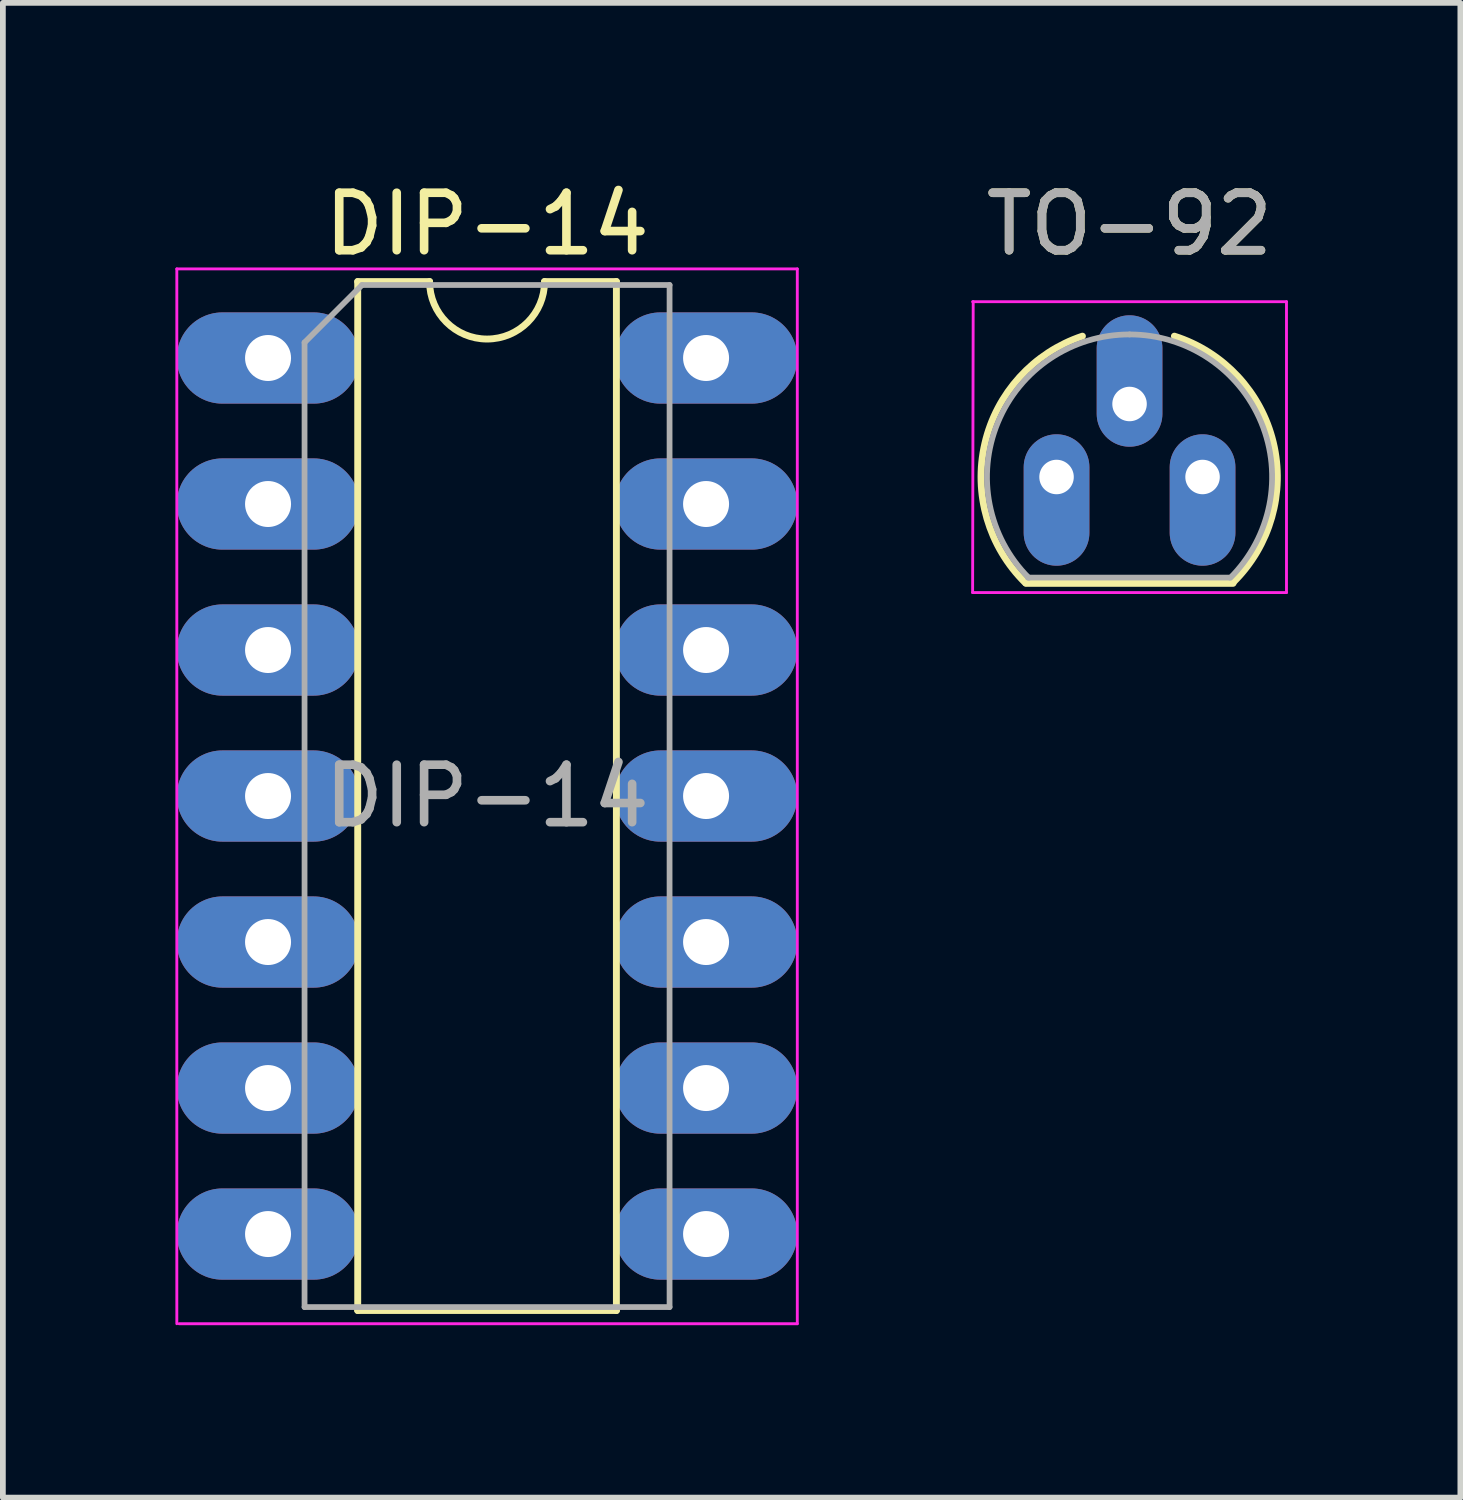
<source format=kicad_pcb>
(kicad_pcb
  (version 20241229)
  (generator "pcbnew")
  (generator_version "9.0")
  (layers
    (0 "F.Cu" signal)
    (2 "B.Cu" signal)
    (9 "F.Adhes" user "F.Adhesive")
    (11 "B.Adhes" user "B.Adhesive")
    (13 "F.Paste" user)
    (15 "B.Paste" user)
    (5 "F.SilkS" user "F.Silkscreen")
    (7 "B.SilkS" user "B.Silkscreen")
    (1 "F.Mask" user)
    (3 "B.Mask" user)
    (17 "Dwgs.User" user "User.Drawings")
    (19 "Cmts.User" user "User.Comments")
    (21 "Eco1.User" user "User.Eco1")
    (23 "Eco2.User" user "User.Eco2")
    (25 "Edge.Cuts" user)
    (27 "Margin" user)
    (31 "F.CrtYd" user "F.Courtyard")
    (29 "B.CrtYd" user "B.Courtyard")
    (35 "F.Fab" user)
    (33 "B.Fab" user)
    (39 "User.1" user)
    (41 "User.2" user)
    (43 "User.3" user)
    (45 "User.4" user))
  (footprint "TO-92"
    (layer "F.Cu")
    (at 15.33 5.248)
    (property "Reference" "TO-92" (at 1.27 -4.4 0) (layer "F.SilkS") (effects (font (size 1 1) (thickness 0.15))))
    (attr through_hole)
    (fp_line (start -0.53 1.85) (end 3.07 1.85) (stroke (width 0.12) (type solid)) (layer "F.SilkS"))
    (fp_arc (start -0.541875 1.841741) (mid -1.247231 -0.581764) (end 0.45 -2.45) (stroke (width 0.12) (type solid)) (layer "F.SilkS"))
    (fp_arc (start 2.05 -2.45) (mid 3.769931 -0.601036) (end 3.078445 1.827684) (stroke (width 0.12) (type solid)) (layer "F.SilkS"))
    (fp_line (start -1.46 -3.05) (end 4 -3.05) (stroke (width 0.05) (type solid)) (layer "F.CrtYd"))
    (fp_line (start -1.45 -3.05) (end -1.46 2.01) (stroke (width 0.05) (type solid)) (layer "F.CrtYd"))
    (fp_line (start 4 2.01) (end -1.46 2.01) (stroke (width 0.05) (type solid)) (layer "F.CrtYd"))
    (fp_line (start 4 2.01) (end 4 -3.05) (stroke (width 0.05) (type solid)) (layer "F.CrtYd"))
    (fp_line (start -0.5 1.75) (end 3 1.75) (stroke (width 0.1) (type solid)) (layer "F.Fab"))
    (fp_arc (start -0.483625 1.753625) (mid -1.021221 -0.949055) (end 1.27 -2.48) (stroke (width 0.1) (type solid)) (layer "F.Fab"))
    (fp_arc (start 1.27 -2.48) (mid 3.561221 -0.949055) (end 3.023625 1.753625) (stroke (width 0.1) (type solid)) (layer "F.Fab"))
    (fp_text user "${REFERENCE}" (at 1.27 -4.4 0) (layer "F.Fab") (effects (font (size 1 1) (thickness 0.15))))
    (pad "1" thru_hole oval (at 0 0) (size 1.143 2.286) (drill 0.6 (offset 0 0.4)) (layers "*.Cu" "*.Mask"))
    (pad "2" thru_hole oval (at 1.27 -1.27) (size 1.143 2.286) (drill 0.6 (offset 0 -0.4)) (layers "*.Cu" "*.Mask"))
    (pad "3" thru_hole oval (at 2.54 0) (size 1.143 2.286) (drill 0.6 (offset 0 0.4)) (layers "*.Cu" "*.Mask")))
  (footprint "DIP-14"
    (layer "F.Cu")
    (at 1.613 3.178)
    (property "Reference" "DIP-14" (at 3.81 -2.33 0) (layer "F.SilkS") (effects (font (size 1 1) (thickness 0.15))))
    (attr through_hole)
    (fp_line (start 1.56 -1.33) (end 1.56 16.57) (stroke (width 0.12) (type solid)) (layer "F.SilkS"))
    (fp_line (start 1.56 16.57) (end 6.06 16.57) (stroke (width 0.12) (type solid)) (layer "F.SilkS"))
    (fp_line (start 2.81 -1.33) (end 1.56 -1.33) (stroke (width 0.12) (type solid)) (layer "F.SilkS"))
    (fp_line (start 6.06 -1.33) (end 4.81 -1.33) (stroke (width 0.12) (type solid)) (layer "F.SilkS"))
    (fp_line (start 6.06 16.57) (end 6.06 -1.33) (stroke (width 0.12) (type solid)) (layer "F.SilkS"))
    (fp_arc (start 4.81 -1.33) (mid 3.81 -0.33) (end 2.81 -1.33) (stroke (width 0.12) (type solid)) (layer "F.SilkS"))
    (fp_line (start -1.587 -1.55) (end -1.587 16.8) (stroke (width 0.05) (type solid)) (layer "F.CrtYd"))
    (fp_line (start -1.55 16.8) (end 9.207 16.8) (stroke (width 0.05) (type solid)) (layer "F.CrtYd"))
    (fp_line (start 9.207 -1.55) (end -1.587 -1.55) (stroke (width 0.05) (type solid)) (layer "F.CrtYd"))
    (fp_line (start 9.207 16.8) (end 9.207 -1.55) (stroke (width 0.05) (type solid)) (layer "F.CrtYd"))
    (fp_line (start 0.635 -0.27) (end 1.635 -1.27) (stroke (width 0.1) (type solid)) (layer "F.Fab"))
    (fp_line (start 0.635 16.51) (end 0.635 -0.27) (stroke (width 0.1) (type solid)) (layer "F.Fab"))
    (fp_line (start 1.635 -1.27) (end 6.985 -1.27) (stroke (width 0.1) (type solid)) (layer "F.Fab"))
    (fp_line (start 6.985 -1.27) (end 6.985 16.51) (stroke (width 0.1) (type solid)) (layer "F.Fab"))
    (fp_line (start 6.985 16.51) (end 0.635 16.51) (stroke (width 0.1) (type solid)) (layer "F.Fab"))
    (fp_text user "${REFERENCE}" (at 3.81 7.62 0) (layer "F.Fab") (effects (font (size 1 1) (thickness 0.15))))
    (pad "1" thru_hole oval (at 0 0) (size 3.175 1.587) (drill 0.8) (layers "*.Cu" "*.Mask"))
    (pad "2" thru_hole oval (at 0 2.54) (size 3.175 1.587) (drill 0.8) (layers "*.Cu" "*.Mask"))
    (pad "3" thru_hole oval (at 0 5.08) (size 3.175 1.587) (drill 0.8) (layers "*.Cu" "*.Mask"))
    (pad "4" thru_hole oval (at 0 7.62) (size 3.175 1.587) (drill 0.8) (layers "*.Cu" "*.Mask"))
    (pad "5" thru_hole oval (at 0 10.16) (size 3.175 1.587) (drill 0.8) (layers "*.Cu" "*.Mask"))
    (pad "6" thru_hole oval (at 0 12.7) (size 3.175 1.587) (drill 0.8) (layers "*.Cu" "*.Mask"))
    (pad "7" thru_hole oval (at 0 15.24) (size 3.175 1.587) (drill 0.8) (layers "*.Cu" "*.Mask"))
    (pad "8" thru_hole oval (at 7.62 15.24) (size 3.175 1.587) (drill 0.8) (layers "*.Cu" "*.Mask"))
    (pad "9" thru_hole oval (at 7.62 12.7) (size 3.175 1.587) (drill 0.8) (layers "*.Cu" "*.Mask"))
    (pad "10" thru_hole oval (at 7.62 10.16) (size 3.175 1.587) (drill 0.8) (layers "*.Cu" "*.Mask"))
    (pad "11" thru_hole oval (at 7.62 7.62) (size 3.175 1.587) (drill 0.8) (layers "*.Cu" "*.Mask"))
    (pad "12" thru_hole oval (at 7.62 5.08) (size 3.175 1.587) (drill 0.8) (layers "*.Cu" "*.Mask"))
    (pad "13" thru_hole oval (at 7.62 2.54) (size 3.175 1.587) (drill 0.8) (layers "*.Cu" "*.Mask"))
    (pad "14" thru_hole oval (at 7.62 0) (size 3.175 1.587) (drill 0.8) (layers "*.Cu" "*.Mask")))
  (gr_rect
    (start -3 -3)
    (end 22.355 23.003)
    (stroke (width 0.1) (type default))
    (fill no)
    (layer "Edge.Cuts")))
</source>
